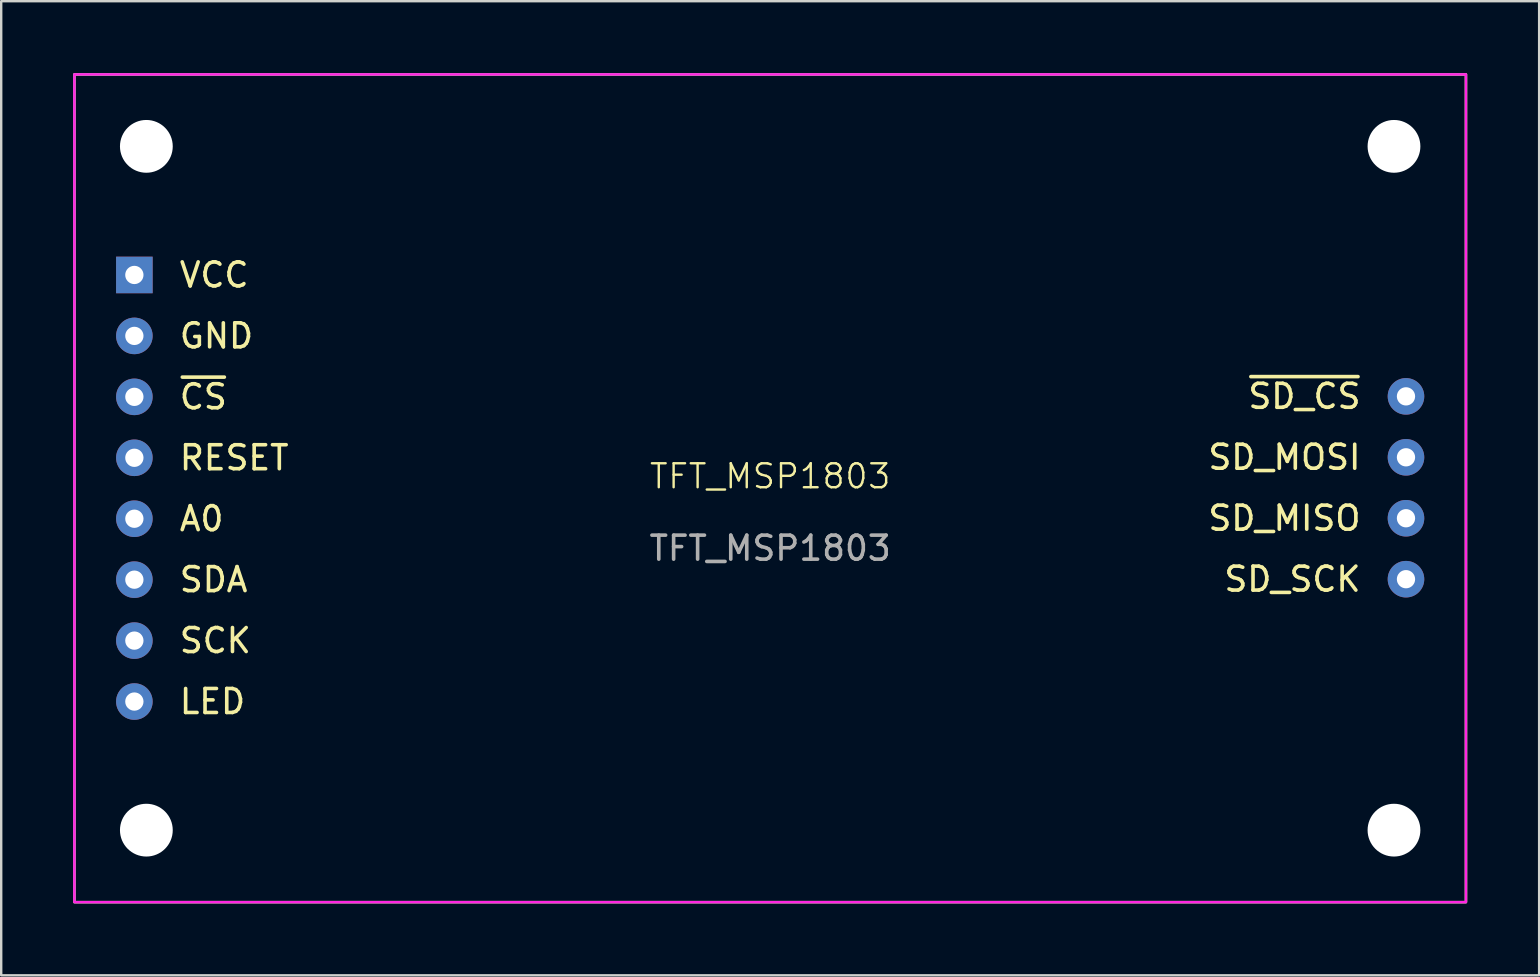
<source format=kicad_pcb>
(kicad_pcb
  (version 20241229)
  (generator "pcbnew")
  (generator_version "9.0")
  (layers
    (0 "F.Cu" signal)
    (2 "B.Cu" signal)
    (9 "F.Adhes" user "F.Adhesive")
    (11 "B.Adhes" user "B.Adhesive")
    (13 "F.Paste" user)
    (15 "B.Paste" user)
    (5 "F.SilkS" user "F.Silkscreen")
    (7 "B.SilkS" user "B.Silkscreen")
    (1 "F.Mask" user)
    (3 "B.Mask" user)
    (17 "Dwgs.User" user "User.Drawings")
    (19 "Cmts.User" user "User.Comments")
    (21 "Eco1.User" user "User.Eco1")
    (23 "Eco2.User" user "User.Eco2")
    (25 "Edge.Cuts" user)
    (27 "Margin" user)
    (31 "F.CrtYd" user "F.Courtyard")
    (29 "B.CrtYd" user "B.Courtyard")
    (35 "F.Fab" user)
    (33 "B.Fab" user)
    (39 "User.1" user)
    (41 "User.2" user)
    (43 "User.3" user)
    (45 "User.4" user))
  (footprint "TFT_MSP1803"
    (layer "F.Cu")
    (at 29.05 17.3)
    (property "Reference" "TFT_MSP1803" (at 0 -0.5 0) (unlocked yes) (layer "F.SilkS") (effects (font (size 1 1) (thickness 0.1))))
    (attr through_hole)
    (fp_rect (start -29 -17.25) (end 29 17.25) (stroke (width 0.1) (type default)) (fill no) (layer "F.SilkS"))
    (fp_rect (start -29 -17.25) (end 29 17.25) (stroke (width 0.1) (type default)) (fill no) (layer "F.CrtYd"))
    (fp_rect (start -29 -17.25) (end 29 17.25) (stroke (width 0.1) (type default)) (fill no) (layer "F.Fab"))
    (fp_text user "~{SD_CS}" (at 24.7 -3.83 0) (unlocked yes) (layer "F.SilkS") (effects (font (size 1 1) (thickness 0.15)) (justify right)))
    (fp_text user "SCK" (at -24.7 6.35 0) (unlocked yes) (layer "F.SilkS") (effects (font (size 1 1) (thickness 0.15)) (justify left)))
    (fp_text user "RESET" (at -24.7 -1.27 0) (unlocked yes) (layer "F.SilkS") (effects (font (size 1 1) (thickness 0.15)) (justify left)))
    (fp_text user "SD_MOSI" (at 24.7 -1.29 0) (unlocked yes) (layer "F.SilkS") (effects (font (size 1 1) (thickness 0.15)) (justify right)))
    (fp_text user "~{CS}" (at -24.7 -3.81 0) (unlocked yes) (layer "F.SilkS") (effects (font (size 1 1) (thickness 0.15)) (justify left)))
    (fp_text user "SD_SCK" (at 24.7 3.79 0) (unlocked yes) (layer "F.SilkS") (effects (font (size 1 1) (thickness 0.15)) (justify right)))
    (fp_text user "GND" (at -24.7 -6.35 0) (unlocked yes) (layer "F.SilkS") (effects (font (size 1 1) (thickness 0.15)) (justify left)))
    (fp_text user "SDA" (at -24.7 3.81 0) (unlocked yes) (layer "F.SilkS") (effects (font (size 1 1) (thickness 0.15)) (justify left)))
    (fp_text user "LED" (at -24.7 8.89 0) (unlocked yes) (layer "F.SilkS") (effects (font (size 1 1) (thickness 0.15)) (justify left)))
    (fp_text user "VCC" (at -24.7 -8.89 0) (unlocked yes) (layer "F.SilkS") (effects (font (size 1 1) (thickness 0.15)) (justify left)))
    (fp_text user "SD_MISO" (at 24.7 1.25 0) (unlocked yes) (layer "F.SilkS") (effects (font (size 1 1) (thickness 0.15)) (justify right)))
    (fp_text user "A0" (at -24.7 1.27 0) (unlocked yes) (layer "F.SilkS") (effects (font (size 1 1) (thickness 0.15)) (justify left)))
    (fp_text user "${REFERENCE}" (at 0 2.5 0) (unlocked yes) (layer "F.Fab") (effects (font (size 1 1) (thickness 0.15))))
    (pad "" np_thru_hole circle (at -26 -14.25) (size 2.2 2.2) (drill 2.2) (layers "*.Cu" "*.Mask"))
    (pad "" np_thru_hole circle (at -26 14.25) (size 2.2 2.2) (drill 2.2) (layers "*.Cu" "*.Mask"))
    (pad "" np_thru_hole circle (at 26 -14.25) (size 2.2 2.2) (drill 2.2) (layers "*.Cu" "*.Mask"))
    (pad "" np_thru_hole circle (at 26 14.25) (size 2.2 2.2) (drill 2.2) (layers "*.Cu" "*.Mask"))
    (pad "1" thru_hole rect (at -26.5 -8.89) (size 1.524 1.524) (drill 0.762) (layers "*.Cu" "*.Mask"))
    (pad "2" thru_hole circle (at -26.5 -6.35) (size 1.524 1.524) (drill 0.762) (layers "*.Cu" "*.Mask"))
    (pad "3" thru_hole circle (at -26.5 -3.81) (size 1.524 1.524) (drill 0.762) (layers "*.Cu" "*.Mask"))
    (pad "4" thru_hole circle (at -26.5 -1.27) (size 1.524 1.524) (drill 0.762) (layers "*.Cu" "*.Mask"))
    (pad "5" thru_hole circle (at -26.5 1.27) (size 1.524 1.524) (drill 0.762) (layers "*.Cu" "*.Mask"))
    (pad "6" thru_hole circle (at -26.5 3.81) (size 1.524 1.524) (drill 0.762) (layers "*.Cu" "*.Mask"))
    (pad "7" thru_hole circle (at -26.5 6.35) (size 1.524 1.524) (drill 0.762) (layers "*.Cu" "*.Mask"))
    (pad "8" thru_hole circle (at -26.5 8.89) (size 1.524 1.524) (drill 0.762) (layers "*.Cu" "*.Mask"))
    (pad "9" thru_hole circle (at 26.5 -3.83) (size 1.524 1.524) (drill 0.762) (layers "*.Cu" "*.Mask"))
    (pad "10" thru_hole circle (at 26.5 -1.29) (size 1.524 1.524) (drill 0.762) (layers "*.Cu" "*.Mask"))
    (pad "11" thru_hole circle (at 26.5 1.25) (size 1.524 1.524) (drill 0.762) (layers "*.Cu" "*.Mask"))
    (pad "12" thru_hole circle (at 26.5 3.79) (size 1.524 1.524) (drill 0.762) (layers "*.Cu" "*.Mask")))
  (gr_rect
    (start -3 -3)
    (end 61.1 37.6)
    (stroke (width 0.1) (type default))
    (fill no)
    (layer "Edge.Cuts")))
</source>
